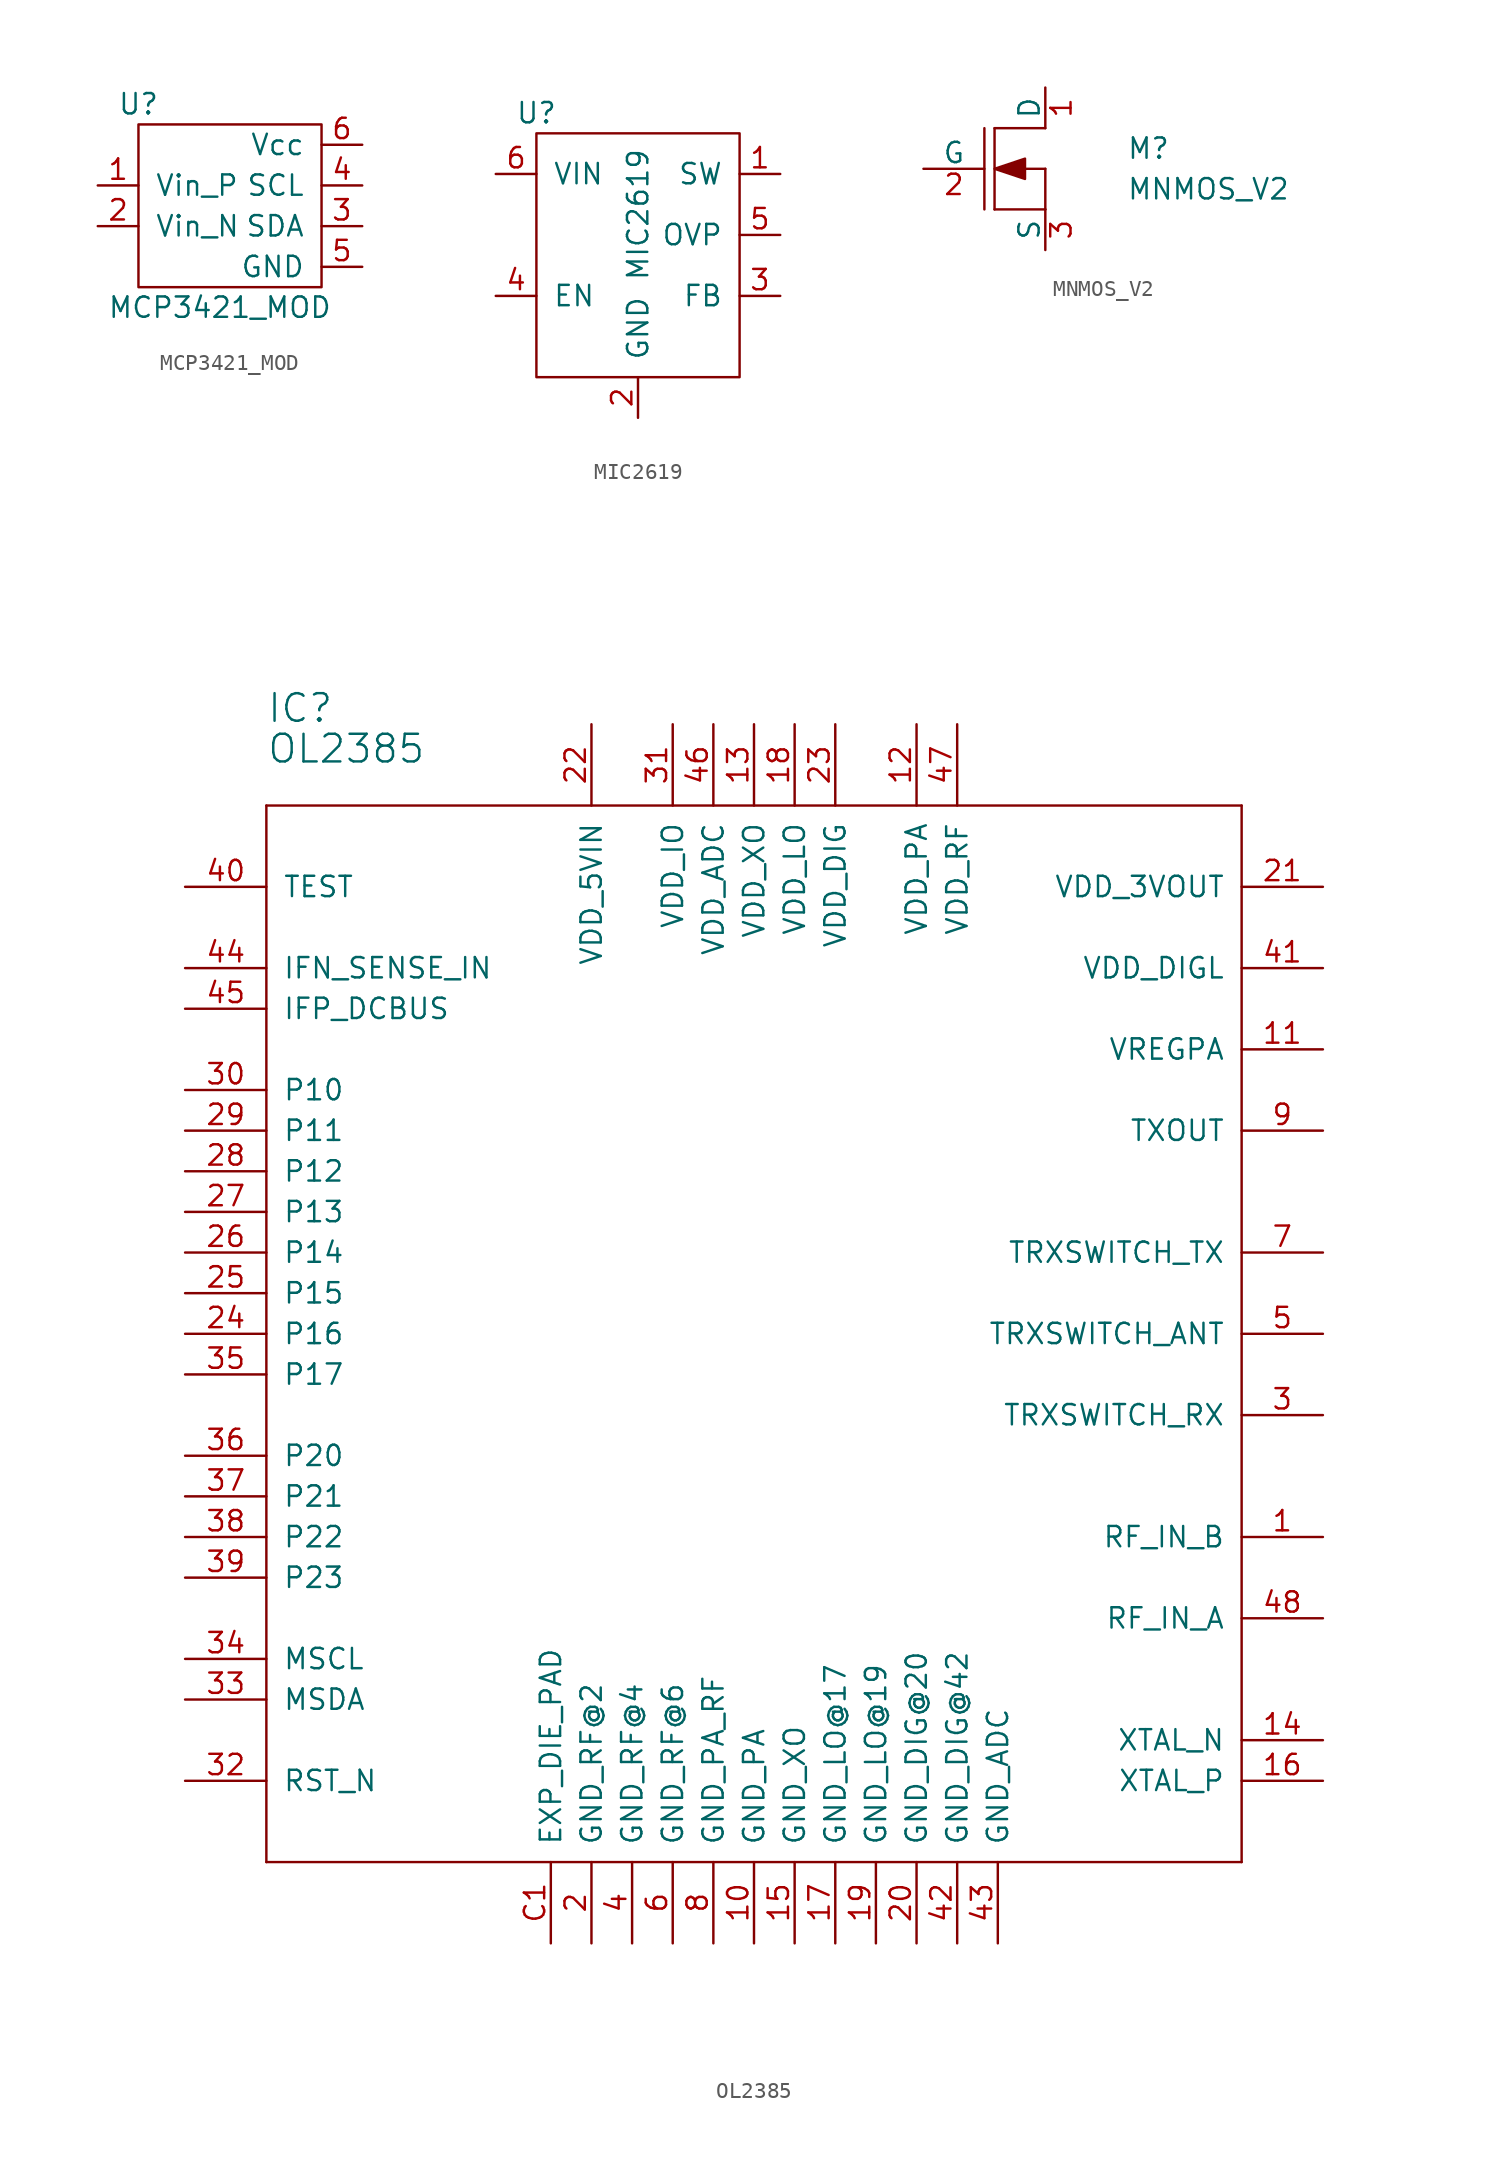
<source format=kicad_sym>
(kicad_symbol_lib
  (version 20241209)
  (generator "kicad_symbol_editor")
  (generator_version "9.0")
  (symbol "MCP3421_MOD"
    (pin_names
      (offset 1.016))
    (property "Reference" "U"
      (at -6.35 1.27 0)
      (effects (font (size 1.27 1.27))))
    (property "Value" "MCP3421_MOD"
      (at -1.27 -11.43 0)
      (effects (font (size 1.27 1.27))))
    (symbol "MCP3421_MOD_0_1"
      (rectangle (start -6.35 0) (end 5.08 -10.16) (stroke (width 0) (type solid)) (fill (type none))))
    (symbol "MCP3421_MOD_1_1"
      (pin input line (at -8.89 -3.81 0) (length 2.54) (name "Vin_P" (effects (font (size 1.27 1.27)))) (number "1" (effects (font (size 1.27 1.27)))))
      (pin input line (at -8.89 -6.35 0) (length 2.54) (name "Vin_N" (effects (font (size 1.27 1.27)))) (number "2" (effects (font (size 1.27 1.27)))))
      (pin power_in line (at 7.62 -1.27 180) (length 2.54) (name "Vcc" (effects (font (size 1.27 1.27)))) (number "6" (effects (font (size 1.27 1.27)))))
      (pin input line (at 7.62 -3.81 180) (length 2.54) (name "SCL" (effects (font (size 1.27 1.27)))) (number "4" (effects (font (size 1.27 1.27)))))
      (pin bidirectional line (at 7.62 -6.35 180) (length 2.54) (name "SDA" (effects (font (size 1.27 1.27)))) (number "3" (effects (font (size 1.27 1.27)))))
      (pin power_in line (at 7.62 -8.89 180) (length 2.54) (name "GND" (effects (font (size 1.27 1.27)))) (number "5" (effects (font (size 1.27 1.27)))))))
  (symbol "MIC2619"
    (pin_names
      (offset 1.016))
    (property "Reference" "U"
      (at -6.35 7.62 0)
      (effects (font (size 1.27 1.27))))
    (property "Value" "MIC2619"
      (at 0 1.27 90)
      (effects (font (size 1.27 1.27))))
    (symbol "MIC2619_0_1"
      (rectangle (start -6.35 6.35) (end 6.35 -8.89) (stroke (width 0) (type solid)) (fill (type none))))
    (symbol "MIC2619_1_1"
      (pin power_in line (at -8.89 3.81 0) (length 2.54) (name "VIN" (effects (font (size 1.27 1.27)))) (number "6" (effects (font (size 1.27 1.27)))))
      (pin input line (at -8.89 -3.81 0) (length 2.54) (name "EN" (effects (font (size 1.27 1.27)))) (number "4" (effects (font (size 1.27 1.27)))))
      (pin power_in line (at 0 -11.43 90) (length 2.54) (name "GND" (effects (font (size 1.27 1.27)))) (number "2" (effects (font (size 1.27 1.27)))))
      (pin open_collector line (at 8.89 3.81 180) (length 2.54) (name "SW" (effects (font (size 1.27 1.27)))) (number "1" (effects (font (size 1.27 1.27)))))
      (pin input line (at 8.89 0 180) (length 2.54) (name "OVP" (effects (font (size 1.27 1.27)))) (number "5" (effects (font (size 1.27 1.27)))))
      (pin input line (at 8.89 -3.81 180) (length 2.54) (name "FB" (effects (font (size 1.27 1.27)))) (number "3" (effects (font (size 1.27 1.27)))))))
  (symbol "MNMOS_V2"
    (pin_names
      (offset 0))
    (property "Reference" "M"
      (at 7.62 1.27 0)
      (effects (font (size 1.27 1.27)) (justify left)))
    (property "Value" "MNMOS_V2"
      (at 7.62 -1.27 0)
      (effects (font (size 1.27 1.27)) (justify left)))
    (symbol "MNMOS_V2_0_1"
      (polyline (pts (xy -1.27 -2.54) (xy -1.27 2.54)) (stroke (width 0) (type solid)) (fill (type none)))
      (polyline (pts (xy -0.635 0) (xy 1.27 0.635) (xy 1.27 -0.635) (xy -0.635 0)) (stroke (width 0) (type solid)) (fill (type outline)))
      (polyline (pts (xy -0.635 -2.54) (xy 2.54 -2.54)) (stroke (width 0) (type solid)) (fill (type none)))
      (polyline (pts (xy 2.54 2.54) (xy -0.635 2.54)) (stroke (width 0) (type solid)) (fill (type none)))
      (polyline (pts (xy 2.54 0) (xy 0.254 0)) (stroke (width 0) (type solid)) (fill (type none)))
      (polyline (pts (xy 2.54 -2.54) (xy 2.54 0)) (stroke (width 0) (type solid)) (fill (type none))))
    (symbol "MNMOS_V2_1_1"
      (polyline (pts (xy -0.635 -2.54) (xy -0.635 2.54)) (stroke (width 0) (type solid)) (fill (type none)))
      (pin input line (at -5.08 0 0) (length 3.81) (name "G" (effects (font (size 1.27 1.27)))) (number "2" (effects (font (size 1.27 1.27)))))
      (pin passive line (at 2.54 5.08 270) (length 2.54) (name "D" (effects (font (size 1.27 1.27)))) (number "1" (effects (font (size 1.27 1.27)))))
      (pin passive line (at 2.54 -5.08 90) (length 2.54) (name "S" (effects (font (size 1.27 1.27)))) (number "3" (effects (font (size 1.27 1.27)))))))
  (symbol "OL2385"
    (pin_names
      (offset 1.016))
    (property "Reference" "IC"
      (at -30.48 38.1 0)
      (effects (font (size 1.727 1.727)) (justify left bottom)))
    (property "Value" "OL2385"
      (at -30.48 35.56 0)
      (effects (font (size 1.727 1.727)) (justify left bottom)))
    (property "ki_locked" ""
      (at 0 0 0)
      (effects (font (size 1.27 1.27))))
    (symbol "OL2385_1_0"
      (polyline (pts (xy -30.48 33.02) (xy 30.48 33.02)) (stroke (width 0) (type solid)) (fill (type none)))
      (polyline (pts (xy -30.48 -33.02) (xy -30.48 33.02)) (stroke (width 0) (type solid)) (fill (type none)))
      (polyline (pts (xy 30.48 -33.02) (xy -30.48 -33.02)) (stroke (width 0) (type solid)) (fill (type none)))
      (polyline (pts (xy 30.48 -33.02) (xy 30.48 33.02)) (stroke (width 0) (type solid)) (fill (type none)))
      (pin passive line (at -35.56 27.94 0) (length 5.08) (name "TEST" (effects (font (size 1.27 1.27)))) (number "40" (effects (font (size 1.27 1.27)))))
      (pin passive line (at -35.56 22.86 0) (length 5.08) (name "IFN_SENSE_IN" (effects (font (size 1.27 1.27)))) (number "44" (effects (font (size 1.27 1.27)))))
      (pin passive line (at -35.56 20.32 0) (length 5.08) (name "IFP_DCBUS" (effects (font (size 1.27 1.27)))) (number "45" (effects (font (size 1.27 1.27)))))
      (pin passive line (at -35.56 15.24 0) (length 5.08) (name "P10" (effects (font (size 1.27 1.27)))) (number "30" (effects (font (size 1.27 1.27)))))
      (pin passive line (at -35.56 12.7 0) (length 5.08) (name "P11" (effects (font (size 1.27 1.27)))) (number "29" (effects (font (size 1.27 1.27)))))
      (pin passive line (at -35.56 10.16 0) (length 5.08) (name "P12" (effects (font (size 1.27 1.27)))) (number "28" (effects (font (size 1.27 1.27)))))
      (pin passive line (at -35.56 7.62 0) (length 5.08) (name "P13" (effects (font (size 1.27 1.27)))) (number "27" (effects (font (size 1.27 1.27)))))
      (pin passive line (at -35.56 5.08 0) (length 5.08) (name "P14" (effects (font (size 1.27 1.27)))) (number "26" (effects (font (size 1.27 1.27)))))
      (pin passive line (at -35.56 2.54 0) (length 5.08) (name "P15" (effects (font (size 1.27 1.27)))) (number "25" (effects (font (size 1.27 1.27)))))
      (pin passive line (at -35.56 0 0) (length 5.08) (name "P16" (effects (font (size 1.27 1.27)))) (number "24" (effects (font (size 1.27 1.27)))))
      (pin passive line (at -35.56 -2.54 0) (length 5.08) (name "P17" (effects (font (size 1.27 1.27)))) (number "35" (effects (font (size 1.27 1.27)))))
      (pin passive line (at -35.56 -7.62 0) (length 5.08) (name "P20" (effects (font (size 1.27 1.27)))) (number "36" (effects (font (size 1.27 1.27)))))
      (pin passive line (at -35.56 -10.16 0) (length 5.08) (name "P21" (effects (font (size 1.27 1.27)))) (number "37" (effects (font (size 1.27 1.27)))))
      (pin passive line (at -35.56 -12.7 0) (length 5.08) (name "P22" (effects (font (size 1.27 1.27)))) (number "38" (effects (font (size 1.27 1.27)))))
      (pin passive line (at -35.56 -15.24 0) (length 5.08) (name "P23" (effects (font (size 1.27 1.27)))) (number "39" (effects (font (size 1.27 1.27)))))
      (pin passive line (at -35.56 -20.32 0) (length 5.08) (name "MSCL" (effects (font (size 1.27 1.27)))) (number "34" (effects (font (size 1.27 1.27)))))
      (pin passive line (at -35.56 -22.86 0) (length 5.08) (name "MSDA" (effects (font (size 1.27 1.27)))) (number "33" (effects (font (size 1.27 1.27)))))
      (pin passive line (at -35.56 -27.94 0) (length 5.08) (name "RST_N" (effects (font (size 1.27 1.27)))) (number "32" (effects (font (size 1.27 1.27)))))
      (pin passive line (at -12.7 -38.1 90) (length 5.08) (name "EXP_DIE_PAD" (effects (font (size 1.27 1.27)))) (number "C1" (effects (font (size 1.27 1.27)))))
      (pin passive line (at -10.16 38.1 270) (length 5.08) (name "VDD_5VIN" (effects (font (size 1.27 1.27)))) (number "22" (effects (font (size 1.27 1.27)))))
      (pin passive line (at -10.16 -38.1 90) (length 5.08) (name "GND_RF@2" (effects (font (size 1.27 1.27)))) (number "2" (effects (font (size 1.27 1.27)))))
      (pin passive line (at -7.62 -38.1 90) (length 5.08) (name "GND_RF@4" (effects (font (size 1.27 1.27)))) (number "4" (effects (font (size 1.27 1.27)))))
      (pin passive line (at -5.08 38.1 270) (length 5.08) (name "VDD_IO" (effects (font (size 1.27 1.27)))) (number "31" (effects (font (size 1.27 1.27)))))
      (pin passive line (at -5.08 -38.1 90) (length 5.08) (name "GND_RF@6" (effects (font (size 1.27 1.27)))) (number "6" (effects (font (size 1.27 1.27)))))
      (pin passive line (at -2.54 38.1 270) (length 5.08) (name "VDD_ADC" (effects (font (size 1.27 1.27)))) (number "46" (effects (font (size 1.27 1.27)))))
      (pin passive line (at -2.54 -38.1 90) (length 5.08) (name "GND_PA_RF" (effects (font (size 1.27 1.27)))) (number "8" (effects (font (size 1.27 1.27)))))
      (pin passive line (at 0 38.1 270) (length 5.08) (name "VDD_XO" (effects (font (size 1.27 1.27)))) (number "13" (effects (font (size 1.27 1.27)))))
      (pin passive line (at 0 -38.1 90) (length 5.08) (name "GND_PA" (effects (font (size 1.27 1.27)))) (number "10" (effects (font (size 1.27 1.27)))))
      (pin passive line (at 2.54 38.1 270) (length 5.08) (name "VDD_LO" (effects (font (size 1.27 1.27)))) (number "18" (effects (font (size 1.27 1.27)))))
      (pin passive line (at 2.54 -38.1 90) (length 5.08) (name "GND_XO" (effects (font (size 1.27 1.27)))) (number "15" (effects (font (size 1.27 1.27)))))
      (pin passive line (at 5.08 38.1 270) (length 5.08) (name "VDD_DIG" (effects (font (size 1.27 1.27)))) (number "23" (effects (font (size 1.27 1.27)))))
      (pin passive line (at 5.08 -38.1 90) (length 5.08) (name "GND_LO@17" (effects (font (size 1.27 1.27)))) (number "17" (effects (font (size 1.27 1.27)))))
      (pin passive line (at 7.62 -38.1 90) (length 5.08) (name "GND_LO@19" (effects (font (size 1.27 1.27)))) (number "19" (effects (font (size 1.27 1.27)))))
      (pin passive line (at 10.16 38.1 270) (length 5.08) (name "VDD_PA" (effects (font (size 1.27 1.27)))) (number "12" (effects (font (size 1.27 1.27)))))
      (pin passive line (at 10.16 -38.1 90) (length 5.08) (name "GND_DIG@20" (effects (font (size 1.27 1.27)))) (number "20" (effects (font (size 1.27 1.27)))))
      (pin passive line (at 12.7 38.1 270) (length 5.08) (name "VDD_RF" (effects (font (size 1.27 1.27)))) (number "47" (effects (font (size 1.27 1.27)))))
      (pin passive line (at 12.7 -38.1 90) (length 5.08) (name "GND_DIG@42" (effects (font (size 1.27 1.27)))) (number "42" (effects (font (size 1.27 1.27)))))
      (pin passive line (at 15.24 -38.1 90) (length 5.08) (name "GND_ADC" (effects (font (size 1.27 1.27)))) (number "43" (effects (font (size 1.27 1.27)))))
      (pin passive line (at 35.56 27.94 180) (length 5.08) (name "VDD_3VOUT" (effects (font (size 1.27 1.27)))) (number "21" (effects (font (size 1.27 1.27)))))
      (pin passive line (at 35.56 22.86 180) (length 5.08) (name "VDD_DIGL" (effects (font (size 1.27 1.27)))) (number "41" (effects (font (size 1.27 1.27)))))
      (pin passive line (at 35.56 17.78 180) (length 5.08) (name "VREGPA" (effects (font (size 1.27 1.27)))) (number "11" (effects (font (size 1.27 1.27)))))
      (pin passive line (at 35.56 12.7 180) (length 5.08) (name "TXOUT" (effects (font (size 1.27 1.27)))) (number "9" (effects (font (size 1.27 1.27)))))
      (pin passive line (at 35.56 5.08 180) (length 5.08) (name "TRXSWITCH_TX" (effects (font (size 1.27 1.27)))) (number "7" (effects (font (size 1.27 1.27)))))
      (pin passive line (at 35.56 0 180) (length 5.08) (name "TRXSWITCH_ANT" (effects (font (size 1.27 1.27)))) (number "5" (effects (font (size 1.27 1.27)))))
      (pin passive line (at 35.56 -5.08 180) (length 5.08) (name "TRXSWITCH_RX" (effects (font (size 1.27 1.27)))) (number "3" (effects (font (size 1.27 1.27)))))
      (pin passive line (at 35.56 -12.7 180) (length 5.08) (name "RF_IN_B" (effects (font (size 1.27 1.27)))) (number "1" (effects (font (size 1.27 1.27)))))
      (pin passive line (at 35.56 -17.78 180) (length 5.08) (name "RF_IN_A" (effects (font (size 1.27 1.27)))) (number "48" (effects (font (size 1.27 1.27)))))
      (pin passive line (at 35.56 -25.4 180) (length 5.08) (name "XTAL_N" (effects (font (size 1.27 1.27)))) (number "14" (effects (font (size 1.27 1.27)))))
      (pin passive line (at 35.56 -27.94 180) (length 5.08) (name "XTAL_P" (effects (font (size 1.27 1.27)))) (number "16" (effects (font (size 1.27 1.27))))))))
</source>
